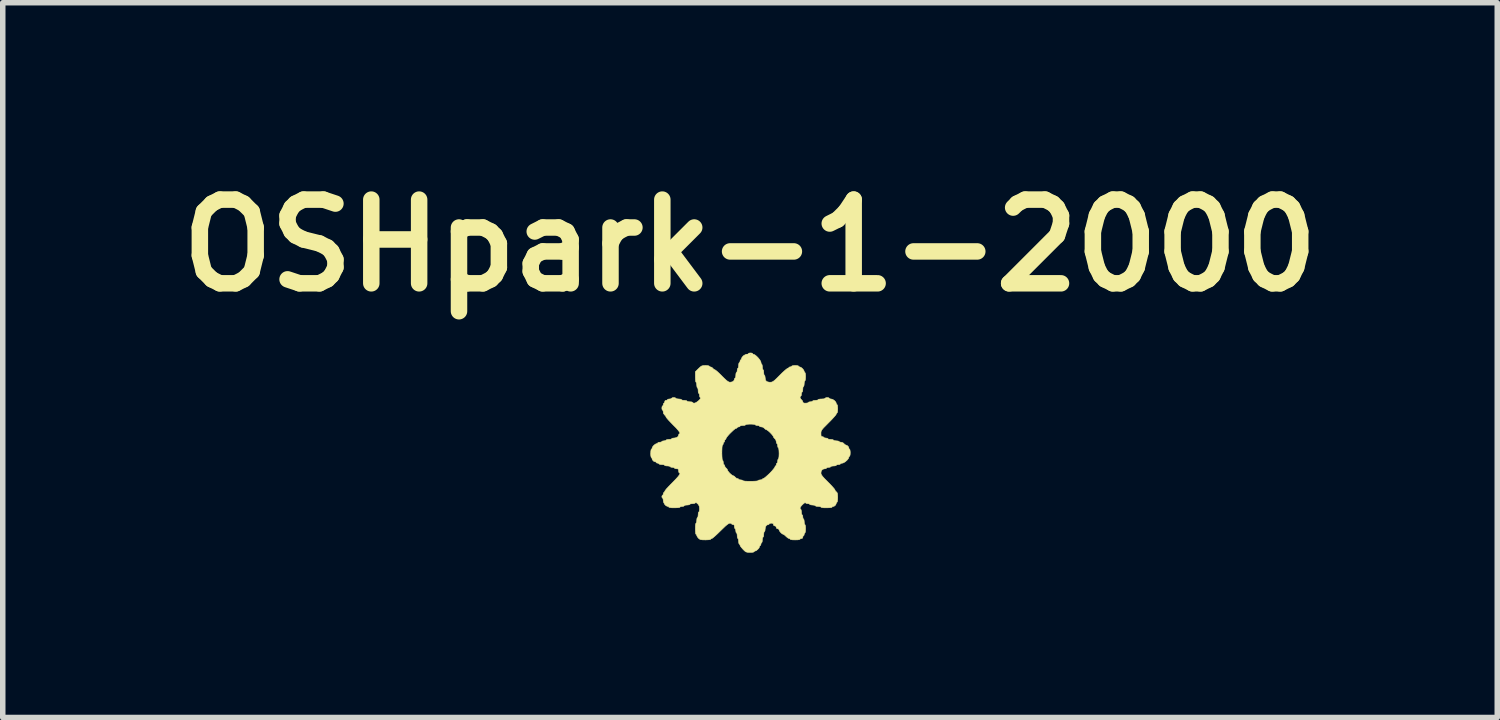
<source format=kicad_pcb>
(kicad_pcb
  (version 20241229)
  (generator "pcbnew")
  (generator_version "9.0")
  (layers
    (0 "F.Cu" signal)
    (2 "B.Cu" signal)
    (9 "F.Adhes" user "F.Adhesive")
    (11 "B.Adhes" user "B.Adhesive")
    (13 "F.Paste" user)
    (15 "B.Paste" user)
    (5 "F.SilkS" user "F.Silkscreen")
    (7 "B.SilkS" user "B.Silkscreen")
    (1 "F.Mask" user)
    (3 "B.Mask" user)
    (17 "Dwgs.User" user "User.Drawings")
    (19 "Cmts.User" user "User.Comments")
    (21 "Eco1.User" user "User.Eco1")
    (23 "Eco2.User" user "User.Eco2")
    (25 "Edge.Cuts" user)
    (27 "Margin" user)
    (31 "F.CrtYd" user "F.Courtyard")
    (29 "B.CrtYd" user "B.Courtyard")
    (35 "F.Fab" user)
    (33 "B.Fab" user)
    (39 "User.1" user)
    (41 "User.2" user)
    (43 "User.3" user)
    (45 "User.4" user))
  (footprint "OSHpark-1-2000"
    (layer "F.Cu")
    (at 10.573 5.178)
    (property "Reference" "OSHpark-1-2000" (at 0.03 -3.76 0) (layer "F.SilkS") (effects (font (size 1.524 1.524) (thickness 0.3))))
    (attr through_hole)
    (fp_poly (pts (xy 0.065 -1.8) (xy 0.076 -1.791) (xy 0.076 -1.791) (xy 0.087 -1.779) (xy 0.096 -1.778) (xy 0.119 -1.768) (xy 0.15 -1.743) (xy 0.182 -1.71) (xy 0.209 -1.675) (xy 0.226 -1.644) (xy 0.229 -1.632) (xy 0.233 -1.608) (xy 0.241 -1.6) (xy 0.249 -1.589) (xy 0.254 -1.561) (xy 0.254 -1.549) (xy 0.257 -1.518) (xy 0.264 -1.5) (xy 0.267 -1.499) (xy 0.275 -1.487) (xy 0.279 -1.459) (xy 0.279 -1.448) (xy 0.282 -1.416) (xy 0.289 -1.398) (xy 0.292 -1.397) (xy 0.3 -1.386) (xy 0.305 -1.358) (xy 0.305 -1.352) (xy 0.312 -1.307) (xy 0.335 -1.281) (xy 0.377 -1.271) (xy 0.393 -1.27) (xy 0.415 -1.271) (xy 0.434 -1.276) (xy 0.455 -1.288) (xy 0.482 -1.309) (xy 0.518 -1.343) (xy 0.567 -1.392) (xy 0.572 -1.397) (xy 0.618 -1.443) (xy 0.66 -1.481) (xy 0.693 -1.509) (xy 0.714 -1.523) (xy 0.717 -1.524) (xy 0.734 -1.531) (xy 0.737 -1.537) (xy 0.747 -1.547) (xy 0.762 -1.549) (xy 0.783 -1.555) (xy 0.787 -1.562) (xy 0.799 -1.569) (xy 0.828 -1.574) (xy 0.851 -1.575) (xy 0.887 -1.573) (xy 0.91 -1.567) (xy 0.914 -1.562) (xy 0.925 -1.551) (xy 0.934 -1.549) (xy 0.958 -1.54) (xy 0.986 -1.517) (xy 1.008 -1.489) (xy 1.016 -1.467) (xy 1.023 -1.45) (xy 1.029 -1.448) (xy 1.035 -1.436) (xy 1.04 -1.406) (xy 1.041 -1.372) (xy 1.039 -1.331) (xy 1.034 -1.303) (xy 1.029 -1.295) (xy 1.021 -1.284) (xy 1.016 -1.256) (xy 1.016 -1.245) (xy 1.013 -1.213) (xy 1.006 -1.195) (xy 1.003 -1.194) (xy 0.995 -1.183) (xy 0.991 -1.154) (xy 0.991 -1.143) (xy 0.988 -1.111) (xy 0.981 -1.093) (xy 0.978 -1.092) (xy 0.969 -1.081) (xy 0.965 -1.055) (xy 0.965 -1.054) (xy 0.962 -1.027) (xy 0.953 -1.016) (xy 0.953 -1.016) (xy 0.941 -1.007) (xy 0.942 -0.987) (xy 0.954 -0.964) (xy 0.965 -0.953) (xy 0.985 -0.93) (xy 0.991 -0.912) (xy 0.996 -0.897) (xy 1.017 -0.89) (xy 1.041 -0.889) (xy 1.073 -0.892) (xy 1.091 -0.899) (xy 1.092 -0.902) (xy 1.103 -0.911) (xy 1.13 -0.914) (xy 1.13 -0.914) (xy 1.157 -0.918) (xy 1.168 -0.927) (xy 1.168 -0.927) (xy 1.18 -0.935) (xy 1.208 -0.939) (xy 1.219 -0.94) (xy 1.251 -0.943) (xy 1.269 -0.95) (xy 1.27 -0.953) (xy 1.281 -0.96) (xy 1.289 -0.961) (xy 1.427 -0.961) (xy 1.428 -0.953) (xy 1.435 -0.953) (xy 1.446 -0.957) (xy 1.444 -0.961) (xy 1.428 -0.962) (xy 1.427 -0.961) (xy 1.289 -0.961) (xy 1.311 -0.964) (xy 1.333 -0.965) (xy 1.37 -0.967) (xy 1.393 -0.973) (xy 1.397 -0.978) (xy 1.408 -0.987) (xy 1.435 -0.991) (xy 1.435 -0.991) (xy 1.462 -0.987) (xy 1.473 -0.978) (xy 1.473 -0.978) (xy 1.484 -0.968) (xy 1.506 -0.965) (xy 1.537 -0.956) (xy 1.569 -0.934) (xy 1.593 -0.906) (xy 1.6 -0.883) (xy 1.607 -0.866) (xy 1.613 -0.864) (xy 1.62 -0.852) (xy 1.624 -0.822) (xy 1.626 -0.787) (xy 1.624 -0.747) (xy 1.619 -0.719) (xy 1.613 -0.711) (xy 1.602 -0.701) (xy 1.6 -0.692) (xy 1.592 -0.676) (xy 1.568 -0.647) (xy 1.532 -0.607) (xy 1.487 -0.56) (xy 1.46 -0.533) (xy 1.408 -0.48) (xy 1.37 -0.442) (xy 1.345 -0.413) (xy 1.331 -0.391) (xy 1.323 -0.372) (xy 1.321 -0.352) (xy 1.321 -0.337) (xy 1.322 -0.301) (xy 1.329 -0.284) (xy 1.344 -0.279) (xy 1.346 -0.279) (xy 1.367 -0.274) (xy 1.372 -0.267) (xy 1.383 -0.258) (xy 1.409 -0.254) (xy 1.41 -0.254) (xy 1.436 -0.25) (xy 1.448 -0.241) (xy 1.448 -0.241) (xy 1.459 -0.233) (xy 1.487 -0.229) (xy 1.499 -0.229) (xy 1.53 -0.226) (xy 1.548 -0.219) (xy 1.549 -0.216) (xy 1.561 -0.208) (xy 1.589 -0.204) (xy 1.6 -0.203) (xy 1.632 -0.2) (xy 1.65 -0.193) (xy 1.651 -0.191) (xy 1.662 -0.181) (xy 1.686 -0.178) (xy 1.722 -0.168) (xy 1.74 -0.152) (xy 1.76 -0.133) (xy 1.775 -0.127) (xy 1.801 -0.116) (xy 1.823 -0.092) (xy 1.829 -0.071) (xy 1.835 -0.053) (xy 1.841 -0.051) (xy 1.849 -0.039) (xy 1.853 -0.01) (xy 1.854 0.013) (xy 1.852 0.049) (xy 1.846 0.072) (xy 1.841 0.076) (xy 1.83 0.087) (xy 1.829 0.096) (xy 1.819 0.121) (xy 1.794 0.151) (xy 1.761 0.179) (xy 1.728 0.198) (xy 1.709 0.203) (xy 1.685 0.207) (xy 1.676 0.216) (xy 1.665 0.225) (xy 1.639 0.229) (xy 1.638 0.229) (xy 1.612 0.232) (xy 1.6 0.241) (xy 1.6 0.241) (xy 1.589 0.249) (xy 1.561 0.254) (xy 1.549 0.254) (xy 1.518 0.257) (xy 1.5 0.264) (xy 1.499 0.267) (xy 1.488 0.276) (xy 1.461 0.279) (xy 1.46 0.279) (xy 1.434 0.283) (xy 1.422 0.292) (xy 1.422 0.292) (xy 1.412 0.302) (xy 1.39 0.305) (xy 1.35 0.315) (xy 1.327 0.344) (xy 1.321 0.381) (xy 1.323 0.399) (xy 1.333 0.42) (xy 1.353 0.447) (xy 1.385 0.483) (xy 1.433 0.531) (xy 1.448 0.546) (xy 1.494 0.593) (xy 1.532 0.634) (xy 1.56 0.666) (xy 1.574 0.686) (xy 1.575 0.689) (xy 1.584 0.709) (xy 1.6 0.724) (xy 1.614 0.738) (xy 1.622 0.761) (xy 1.625 0.798) (xy 1.626 0.828) (xy 1.624 0.873) (xy 1.619 0.903) (xy 1.613 0.914) (xy 1.602 0.925) (xy 1.6 0.934) (xy 1.589 0.963) (xy 1.564 0.985) (xy 1.544 0.991) (xy 1.526 0.997) (xy 1.524 1.003) (xy 1.512 1.01) (xy 1.48 1.014) (xy 1.431 1.016) (xy 1.422 1.016) (xy 1.372 1.015) (xy 1.337 1.01) (xy 1.321 1.004) (xy 1.321 1.003) (xy 1.31 0.995) (xy 1.281 0.991) (xy 1.27 0.991) (xy 1.238 0.988) (xy 1.22 0.981) (xy 1.219 0.978) (xy 1.208 0.97) (xy 1.18 0.966) (xy 1.168 0.965) (xy 1.137 0.962) (xy 1.119 0.955) (xy 1.118 0.953) (xy 1.107 0.943) (xy 1.081 0.94) (xy 1.052 0.935) (xy 1.038 0.924) (xy 1.028 0.923) (xy 1.008 0.937) (xy 0.983 0.959) (xy 0.96 0.985) (xy 0.944 1.009) (xy 0.94 1.022) (xy 0.947 1.039) (xy 0.953 1.041) (xy 0.96 1.053) (xy 0.965 1.081) (xy 0.965 1.092) (xy 0.968 1.124) (xy 0.975 1.142) (xy 0.978 1.143) (xy 0.987 1.154) (xy 0.991 1.181) (xy 0.991 1.181) (xy 0.994 1.208) (xy 1.003 1.219) (xy 1.003 1.219) (xy 1.011 1.23) (xy 1.016 1.259) (xy 1.016 1.27) (xy 1.019 1.302) (xy 1.026 1.32) (xy 1.029 1.321) (xy 1.035 1.332) (xy 1.04 1.363) (xy 1.041 1.397) (xy 1.039 1.438) (xy 1.034 1.465) (xy 1.029 1.473) (xy 1.018 1.484) (xy 1.016 1.499) (xy 1.011 1.519) (xy 1.003 1.524) (xy 0.993 1.535) (xy 0.991 1.549) (xy 0.982 1.571) (xy 0.965 1.575) (xy 0.945 1.58) (xy 0.94 1.587) (xy 0.928 1.594) (xy 0.897 1.599) (xy 0.851 1.6) (xy 0.851 1.6) (xy 0.805 1.599) (xy 0.774 1.594) (xy 0.762 1.588) (xy 0.762 1.587) (xy 0.752 1.576) (xy 0.742 1.575) (xy 0.721 1.566) (xy 0.693 1.544) (xy 0.686 1.537) (xy 0.66 1.513) (xy 0.64 1.499) (xy 0.636 1.499) (xy 0.615 1.489) (xy 0.589 1.466) (xy 0.568 1.439) (xy 0.559 1.417) (xy 0.559 1.417) (xy 0.548 1.4) (xy 0.533 1.397) (xy 0.512 1.388) (xy 0.508 1.372) (xy 0.499 1.35) (xy 0.483 1.346) (xy 0.461 1.337) (xy 0.457 1.321) (xy 0.451 1.302) (xy 0.429 1.296) (xy 0.419 1.295) (xy 0.392 1.299) (xy 0.381 1.308) (xy 0.381 1.308) (xy 0.371 1.319) (xy 0.361 1.321) (xy 0.331 1.332) (xy 0.311 1.363) (xy 0.305 1.402) (xy 0.302 1.432) (xy 0.294 1.447) (xy 0.292 1.448) (xy 0.284 1.459) (xy 0.28 1.487) (xy 0.279 1.499) (xy 0.277 1.53) (xy 0.27 1.548) (xy 0.267 1.549) (xy 0.259 1.561) (xy 0.254 1.589) (xy 0.254 1.6) (xy 0.251 1.632) (xy 0.244 1.65) (xy 0.241 1.651) (xy 0.231 1.662) (xy 0.229 1.676) (xy 0.223 1.697) (xy 0.216 1.702) (xy 0.205 1.712) (xy 0.203 1.721) (xy 0.194 1.746) (xy 0.17 1.773) (xy 0.143 1.795) (xy 0.121 1.803) (xy 0.104 1.81) (xy 0.102 1.816) (xy 0.09 1.823) (xy 0.06 1.827) (xy 0.029 1.828) (xy -0.013 1.826) (xy -0.042 1.819) (xy -0.067 1.802) (xy -0.098 1.771) (xy -0.127 1.738) (xy -0.147 1.71) (xy -0.152 1.696) (xy -0.159 1.679) (xy -0.165 1.676) (xy -0.173 1.665) (xy -0.177 1.637) (xy -0.178 1.626) (xy -0.181 1.594) (xy -0.188 1.576) (xy -0.191 1.575) (xy -0.198 1.564) (xy -0.203 1.535) (xy -0.203 1.524) (xy -0.206 1.492) (xy -0.213 1.474) (xy -0.216 1.473) (xy -0.225 1.462) (xy -0.229 1.436) (xy -0.229 1.435) (xy -0.232 1.408) (xy -0.241 1.397) (xy -0.241 1.397) (xy -0.25 1.386) (xy -0.254 1.359) (xy -0.254 1.359) (xy -0.258 1.331) (xy -0.273 1.321) (xy -0.279 1.321) (xy -0.3 1.315) (xy -0.305 1.308) (xy -0.316 1.299) (xy -0.337 1.295) (xy -0.355 1.301) (xy -0.382 1.318) (xy -0.418 1.348) (xy -0.467 1.395) (xy -0.508 1.435) (xy -0.557 1.483) (xy -0.601 1.524) (xy -0.637 1.555) (xy -0.66 1.572) (xy -0.666 1.575) (xy -0.684 1.582) (xy -0.686 1.587) (xy -0.698 1.594) (xy -0.73 1.598) (xy -0.777 1.6) (xy -0.782 1.6) (xy -0.833 1.599) (xy -0.866 1.595) (xy -0.888 1.586) (xy -0.907 1.571) (xy -0.909 1.569) (xy -0.93 1.542) (xy -0.94 1.52) (xy -0.94 1.518) (xy -0.946 1.501) (xy -0.953 1.499) (xy -0.959 1.487) (xy -0.963 1.454) (xy -0.965 1.406) (xy -0.965 1.397) (xy -0.964 1.347) (xy -0.96 1.311) (xy -0.954 1.296) (xy -0.953 1.295) (xy -0.945 1.284) (xy -0.94 1.256) (xy -0.94 1.245) (xy -0.937 1.213) (xy -0.93 1.195) (xy -0.927 1.194) (xy -0.919 1.183) (xy -0.915 1.154) (xy -0.914 1.143) (xy -0.912 1.111) (xy -0.905 1.093) (xy -0.902 1.092) (xy -0.894 1.081) (xy -0.89 1.052) (xy -0.889 1.034) (xy -0.893 0.991) (xy -0.908 0.959) (xy -0.923 0.943) (xy -0.948 0.922) (xy -0.961 0.922) (xy -0.962 0.924) (xy -0.977 0.934) (xy -1.008 0.94) (xy -1.017 0.94) (xy -1.048 0.943) (xy -1.066 0.95) (xy -1.067 0.953) (xy -1.078 0.96) (xy -1.106 0.965) (xy -1.118 0.965) (xy -1.149 0.968) (xy -1.167 0.975) (xy -1.168 0.978) (xy -1.179 0.987) (xy -1.206 0.991) (xy -1.206 0.991) (xy -1.233 0.994) (xy -1.245 1.003) (xy -1.245 1.003) (xy -1.256 1.01) (xy -1.289 1.014) (xy -1.337 1.016) (xy -1.346 1.016) (xy -1.397 1.015) (xy -1.432 1.01) (xy -1.447 1.004) (xy -1.448 1.003) (xy -1.458 0.992) (xy -1.467 0.991) (xy -1.498 0.979) (xy -1.525 0.951) (xy -1.544 0.913) (xy -1.549 0.883) (xy -1.553 0.854) (xy -1.56 0.839) (xy -1.562 0.838) (xy -1.572 0.828) (xy -1.575 0.813) (xy -1.569 0.792) (xy -1.562 0.787) (xy -1.552 0.777) (xy -1.549 0.762) (xy -1.544 0.741) (xy -1.537 0.737) (xy -1.525 0.726) (xy -1.524 0.717) (xy -1.515 0.702) (xy -1.492 0.672) (xy -1.456 0.633) (xy -1.411 0.586) (xy -1.384 0.559) (xy -1.321 0.494) (xy -1.277 0.445) (xy -1.252 0.411) (xy -1.244 0.39) (xy -1.253 0.381) (xy -1.257 0.381) (xy -1.266 0.37) (xy -1.27 0.343) (xy -1.27 0.343) (xy -1.273 0.316) (xy -1.288 0.306) (xy -1.308 0.305) (xy -1.335 0.301) (xy -1.346 0.292) (xy -1.346 0.292) (xy -1.357 0.283) (xy -1.384 0.279) (xy -1.384 0.279) (xy -1.411 0.276) (xy -1.422 0.267) (xy -1.422 0.267) (xy -1.434 0.259) (xy -1.462 0.254) (xy -1.473 0.254) (xy -1.505 0.251) (xy -1.523 0.244) (xy -1.524 0.241) (xy -1.535 0.233) (xy -1.563 0.229) (xy -1.575 0.229) (xy -1.607 0.226) (xy -1.624 0.219) (xy -1.626 0.216) (xy -1.636 0.206) (xy -1.651 0.203) (xy -1.672 0.198) (xy -1.676 0.191) (xy -1.687 0.179) (xy -1.696 0.178) (xy -1.725 0.167) (xy -1.747 0.142) (xy -1.753 0.122) (xy -1.759 0.104) (xy -1.765 0.102) (xy -1.772 0.09) (xy -1.777 0.06) (xy -1.778 0.025) (xy -1.777 0.013) (xy -0.483 0.013) (xy -0.481 0.076) (xy -0.478 0.122) (xy -0.474 0.148) (xy -0.47 0.152) (xy -0.461 0.163) (xy -0.457 0.19) (xy -0.457 0.191) (xy -0.454 0.217) (xy -0.445 0.229) (xy -0.445 0.229) (xy -0.434 0.239) (xy -0.432 0.251) (xy -0.422 0.276) (xy -0.406 0.292) (xy -0.387 0.312) (xy -0.381 0.327) (xy -0.373 0.345) (xy -0.351 0.373) (xy -0.337 0.388) (xy -0.308 0.414) (xy -0.284 0.429) (xy -0.276 0.432) (xy -0.257 0.441) (xy -0.241 0.457) (xy -0.218 0.477) (xy -0.2 0.483) (xy -0.181 0.489) (xy -0.178 0.495) (xy -0.167 0.504) (xy -0.14 0.508) (xy -0.14 0.508) (xy -0.113 0.512) (xy -0.102 0.521) (xy -0.102 0.521) (xy -0.089 0.526) (xy -0.055 0.531) (xy -0.002 0.533) (xy 0.038 0.533) (xy 0.101 0.532) (xy 0.147 0.529) (xy 0.173 0.524) (xy 0.178 0.521) (xy 0.189 0.512) (xy 0.215 0.508) (xy 0.216 0.508) (xy 0.243 0.504) (xy 0.254 0.495) (xy 0.254 0.495) (xy 0.264 0.484) (xy 0.273 0.483) (xy 0.29 0.474) (xy 0.319 0.451) (xy 0.357 0.417) (xy 0.388 0.388) (xy 0.427 0.347) (xy 0.458 0.31) (xy 0.478 0.284) (xy 0.483 0.273) (xy 0.489 0.256) (xy 0.495 0.254) (xy 0.506 0.243) (xy 0.508 0.229) (xy 0.513 0.208) (xy 0.521 0.203) (xy 0.53 0.192) (xy 0.533 0.166) (xy 0.533 0.165) (xy 0.537 0.138) (xy 0.546 0.127) (xy 0.546 0.127) (xy 0.552 0.115) (xy 0.557 0.083) (xy 0.559 0.034) (xy 0.559 0.025) (xy 0.557 -0.025) (xy 0.553 -0.06) (xy 0.547 -0.076) (xy 0.546 -0.076) (xy 0.537 -0.087) (xy 0.533 -0.114) (xy 0.533 -0.114) (xy 0.53 -0.141) (xy 0.521 -0.152) (xy 0.521 -0.152) (xy 0.512 -0.163) (xy 0.508 -0.188) (xy 0.498 -0.223) (xy 0.483 -0.241) (xy 0.463 -0.262) (xy 0.457 -0.276) (xy 0.448 -0.294) (xy 0.426 -0.322) (xy 0.396 -0.354) (xy 0.365 -0.382) (xy 0.339 -0.401) (xy 0.327 -0.406) (xy 0.307 -0.416) (xy 0.292 -0.432) (xy 0.264 -0.452) (xy 0.238 -0.457) (xy 0.213 -0.461) (xy 0.203 -0.47) (xy 0.192 -0.479) (xy 0.166 -0.483) (xy 0.165 -0.483) (xy 0.138 -0.486) (xy 0.127 -0.495) (xy 0.127 -0.495) (xy 0.115 -0.502) (xy 0.084 -0.506) (xy 0.038 -0.508) (xy 0.038 -0.508) (xy -0.008 -0.506) (xy -0.039 -0.502) (xy -0.051 -0.495) (xy -0.051 -0.495) (xy -0.062 -0.487) (xy -0.09 -0.483) (xy -0.102 -0.483) (xy -0.133 -0.48) (xy -0.151 -0.473) (xy -0.152 -0.47) (xy -0.163 -0.46) (xy -0.178 -0.457) (xy -0.198 -0.452) (xy -0.203 -0.445) (xy -0.214 -0.433) (xy -0.222 -0.432) (xy -0.241 -0.423) (xy -0.27 -0.4) (xy -0.305 -0.367) (xy -0.342 -0.331) (xy -0.374 -0.295) (xy -0.397 -0.266) (xy -0.406 -0.248) (xy -0.406 -0.248) (xy -0.413 -0.231) (xy -0.419 -0.229) (xy -0.429 -0.218) (xy -0.432 -0.203) (xy -0.437 -0.183) (xy -0.445 -0.178) (xy -0.455 -0.167) (xy -0.457 -0.152) (xy -0.463 -0.132) (xy -0.47 -0.127) (xy -0.476 -0.115) (xy -0.48 -0.081) (xy -0.482 -0.027) (xy -0.483 0.013) (xy -1.777 0.013) (xy -1.776 -0.015) (xy -1.771 -0.043) (xy -1.765 -0.051) (xy -1.754 -0.061) (xy -1.753 -0.07) (xy -1.743 -0.095) (xy -1.72 -0.122) (xy -1.692 -0.144) (xy -1.671 -0.152) (xy -1.653 -0.159) (xy -1.651 -0.165) (xy -1.64 -0.174) (xy -1.613 -0.178) (xy -1.613 -0.178) (xy -1.586 -0.181) (xy -1.575 -0.19) (xy -1.575 -0.191) (xy -1.564 -0.199) (xy -1.537 -0.203) (xy -1.537 -0.203) (xy -1.51 -0.207) (xy -1.499 -0.216) (xy -1.499 -0.216) (xy -1.487 -0.224) (xy -1.459 -0.228) (xy -1.448 -0.229) (xy -1.416 -0.231) (xy -1.398 -0.238) (xy -1.397 -0.241) (xy -1.386 -0.25) (xy -1.358 -0.254) (xy -1.352 -0.254) (xy -1.308 -0.262) (xy -1.279 -0.283) (xy -1.27 -0.31) (xy -1.263 -0.328) (xy -1.257 -0.33) (xy -1.244 -0.337) (xy -1.25 -0.357) (xy -1.274 -0.391) (xy -1.317 -0.44) (xy -1.372 -0.495) (xy -1.417 -0.542) (xy -1.456 -0.583) (xy -1.484 -0.616) (xy -1.498 -0.635) (xy -1.499 -0.638) (xy -1.508 -0.658) (xy -1.524 -0.673) (xy -1.545 -0.701) (xy -1.549 -0.727) (xy -1.553 -0.752) (xy -1.562 -0.762) (xy -1.571 -0.773) (xy -1.575 -0.8) (xy -1.575 -0.8) (xy -1.574 -0.806) (xy -1.549 -0.806) (xy -1.543 -0.8) (xy -1.537 -0.806) (xy -1.543 -0.813) (xy -1.549 -0.806) (xy -1.574 -0.806) (xy -1.571 -0.827) (xy -1.562 -0.838) (xy -1.562 -0.838) (xy -1.552 -0.849) (xy -1.549 -0.864) (xy -1.544 -0.884) (xy -1.537 -0.889) (xy -1.526 -0.9) (xy -1.524 -0.914) (xy -1.515 -0.936) (xy -1.499 -0.94) (xy -1.478 -0.945) (xy -1.473 -0.953) (xy -1.463 -0.961) (xy -1.367 -0.961) (xy -1.366 -0.953) (xy -1.359 -0.953) (xy -1.348 -0.957) (xy -1.35 -0.961) (xy -1.366 -0.962) (xy -1.367 -0.961) (xy -1.463 -0.961) (xy -1.462 -0.961) (xy -1.436 -0.965) (xy -1.435 -0.965) (xy -1.408 -0.969) (xy -1.397 -0.978) (xy -1.397 -0.978) (xy -1.386 -0.987) (xy -1.359 -0.991) (xy -1.359 -0.991) (xy -1.332 -0.987) (xy -1.321 -0.978) (xy -1.321 -0.978) (xy -1.31 -0.97) (xy -1.281 -0.966) (xy -1.27 -0.965) (xy -1.238 -0.962) (xy -1.22 -0.955) (xy -1.219 -0.953) (xy -1.208 -0.945) (xy -1.18 -0.94) (xy -1.168 -0.94) (xy -1.137 -0.937) (xy -1.119 -0.93) (xy -1.118 -0.927) (xy -1.106 -0.919) (xy -1.078 -0.915) (xy -1.067 -0.914) (xy -1.035 -0.912) (xy -1.017 -0.905) (xy -1.016 -0.902) (xy -1.005 -0.892) (xy -0.984 -0.889) (xy -0.961 -0.896) (xy -0.933 -0.913) (xy -0.905 -0.935) (xy -0.882 -0.959) (xy -0.87 -0.978) (xy -0.874 -0.988) (xy -0.885 -1.003) (xy -0.889 -1.03) (xy -0.893 -1.056) (xy -0.902 -1.067) (xy -0.91 -1.078) (xy -0.914 -1.106) (xy -0.914 -1.118) (xy -0.917 -1.149) (xy -0.924 -1.167) (xy -0.927 -1.168) (xy -0.935 -1.18) (xy -0.939 -1.208) (xy -0.94 -1.219) (xy -0.943 -1.251) (xy -0.95 -1.269) (xy -0.953 -1.27) (xy -0.959 -1.282) (xy -0.963 -1.314) (xy -0.965 -1.361) (xy -0.965 -1.366) (xy -0.965 -1.461) (xy -0.908 -1.518) (xy -0.875 -1.549) (xy -0.85 -1.566) (xy -0.822 -1.573) (xy -0.782 -1.575) (xy -0.781 -1.575) (xy -0.743 -1.573) (xy -0.718 -1.567) (xy -0.711 -1.562) (xy -0.701 -1.551) (xy -0.689 -1.549) (xy -0.664 -1.54) (xy -0.648 -1.524) (xy -0.627 -1.504) (xy -0.613 -1.499) (xy -0.598 -1.49) (xy -0.569 -1.467) (xy -0.531 -1.432) (xy -0.487 -1.389) (xy -0.483 -1.384) (xy -0.433 -1.335) (xy -0.397 -1.302) (xy -0.369 -1.282) (xy -0.348 -1.272) (xy -0.33 -1.27) (xy -0.289 -1.278) (xy -0.262 -1.301) (xy -0.254 -1.326) (xy -0.247 -1.344) (xy -0.241 -1.346) (xy -0.233 -1.357) (xy -0.229 -1.386) (xy -0.229 -1.397) (xy -0.226 -1.429) (xy -0.219 -1.447) (xy -0.216 -1.448) (xy -0.207 -1.459) (xy -0.203 -1.485) (xy -0.203 -1.486) (xy -0.2 -1.513) (xy -0.191 -1.524) (xy -0.191 -1.524) (xy -0.183 -1.535) (xy -0.178 -1.563) (xy -0.178 -1.575) (xy -0.175 -1.607) (xy -0.168 -1.624) (xy -0.165 -1.626) (xy -0.155 -1.636) (xy -0.152 -1.651) (xy -0.147 -1.672) (xy -0.14 -1.676) (xy -0.129 -1.687) (xy -0.127 -1.696) (xy -0.116 -1.723) (xy -0.091 -1.751) (xy -0.058 -1.771) (xy -0.049 -1.774) (xy 0.03 -1.774) (xy 0.031 -1.766) (xy 0.038 -1.765) (xy 0.049 -1.77) (xy 0.047 -1.774) (xy 0.031 -1.775) (xy 0.03 -1.774) (xy -0.049 -1.774) (xy -0.032 -1.778) (xy -0.008 -1.782) (xy 0 -1.791) (xy 0.011 -1.8) (xy 0.038 -1.803) (xy 0.038 -1.803) (xy 0.065 -1.8)) (stroke (width 0.01) (type solid)) (fill yes) (layer "F.SilkS")))
  (gr_rect
    (start -3 -3)
    (end 24.205 10.011)
    (stroke (width 0.1) (type default))
    (fill no)
    (layer "Edge.Cuts")))
</source>
